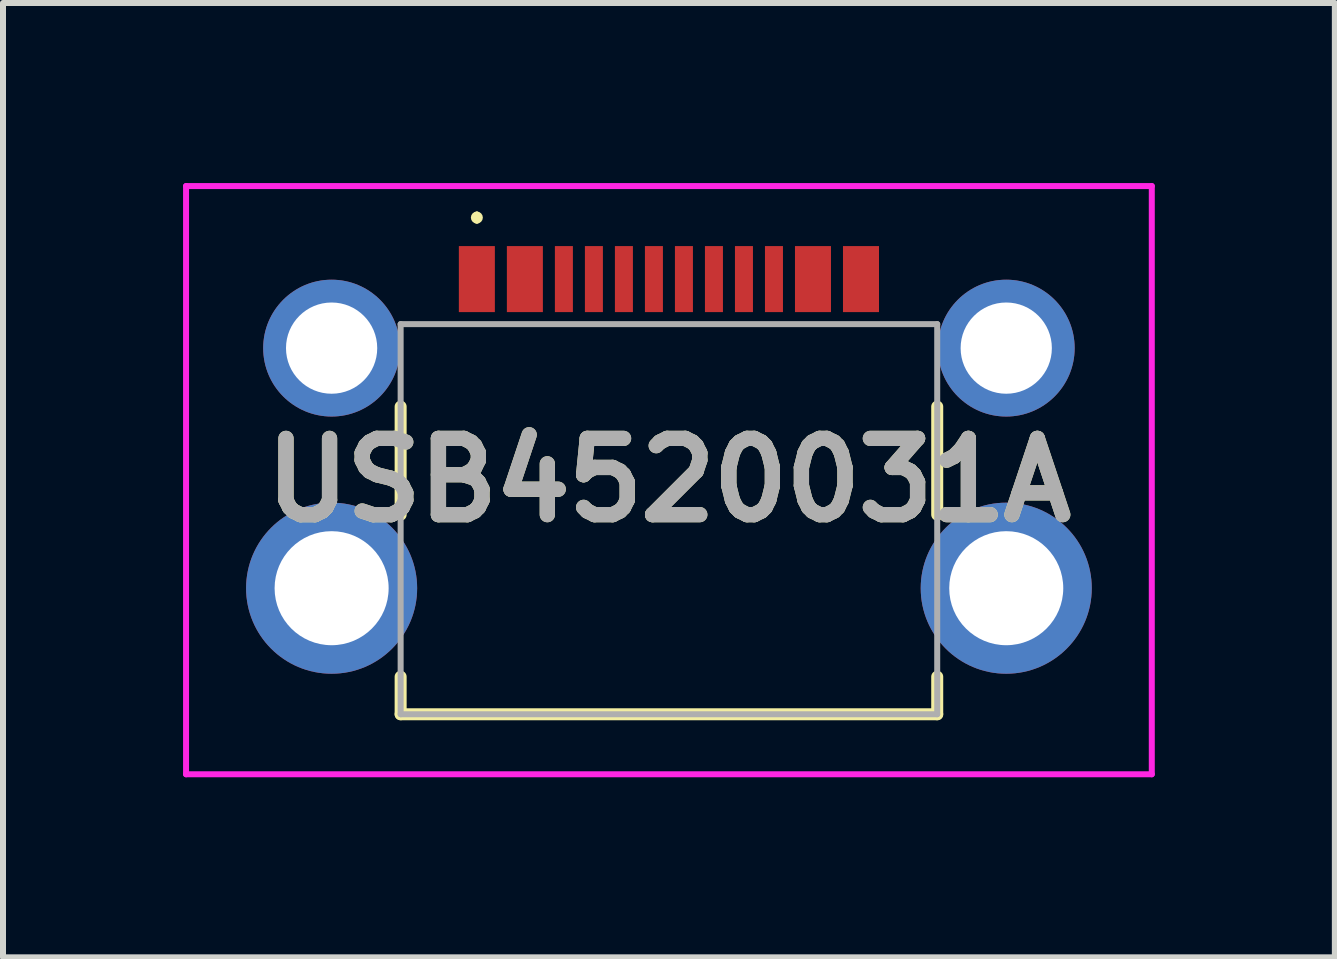
<source format=kicad_pcb>
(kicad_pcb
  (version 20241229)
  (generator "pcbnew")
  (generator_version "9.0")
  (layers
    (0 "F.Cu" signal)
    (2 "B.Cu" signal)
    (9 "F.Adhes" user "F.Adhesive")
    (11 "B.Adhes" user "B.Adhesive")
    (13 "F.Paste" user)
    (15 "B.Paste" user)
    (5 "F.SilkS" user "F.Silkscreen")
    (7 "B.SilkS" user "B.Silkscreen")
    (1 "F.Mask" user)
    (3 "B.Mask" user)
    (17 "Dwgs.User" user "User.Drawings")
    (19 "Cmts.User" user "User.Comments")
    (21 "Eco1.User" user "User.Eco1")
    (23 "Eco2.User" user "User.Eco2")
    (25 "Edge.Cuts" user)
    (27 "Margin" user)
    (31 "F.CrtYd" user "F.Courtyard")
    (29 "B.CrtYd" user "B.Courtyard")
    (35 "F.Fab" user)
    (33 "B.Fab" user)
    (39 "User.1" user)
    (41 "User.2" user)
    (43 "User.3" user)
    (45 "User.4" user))
  (footprint "USB4520031A"
    (layer "F.Cu")
    (at 8.095 5.6)
    (property "Reference" "USB4520031A" (at 0 -0.65 0) (layer "F.SilkS") (effects (font (size 1.27 1.27) (thickness 0.254))))
    (attr through_hole)
    (fp_line (start -4.47 -1.875) (end -4.47 -0.075) (stroke (width 0.2) (type solid)) (layer "F.SilkS"))
    (fp_line (start -4.47 2.625) (end -4.47 3.25) (stroke (width 0.2) (type solid)) (layer "F.SilkS"))
    (fp_line (start -4.47 3.25) (end 4.47 3.25) (stroke (width 0.2) (type solid)) (layer "F.SilkS"))
    (fp_line (start -3.2 -5.075) (end -3.2 -5.075) (stroke (width 0.1) (type solid)) (layer "F.SilkS"))
    (fp_line (start -3.2 -4.975) (end -3.2 -4.975) (stroke (width 0.1) (type solid)) (layer "F.SilkS"))
    (fp_line (start 4.47 -1.875) (end 4.47 -0.075) (stroke (width 0.2) (type solid)) (layer "F.SilkS"))
    (fp_line (start 4.47 3.25) (end 4.47 2.625) (stroke (width 0.2) (type solid)) (layer "F.SilkS"))
    (fp_arc (start -3.2 -5.075) (mid -3.15 -5.025) (end -3.2 -4.975) (stroke (width 0.1) (type solid)) (layer "F.SilkS"))
    (fp_arc (start -3.2 -4.975) (mid -3.25 -5.025) (end -3.2 -5.075) (stroke (width 0.1) (type solid)) (layer "F.SilkS"))
    (fp_line (start -8.045 -5.55) (end 8.045 -5.55) (stroke (width 0.1) (type solid)) (layer "F.CrtYd"))
    (fp_line (start -8.045 4.25) (end -8.045 -5.55) (stroke (width 0.1) (type solid)) (layer "F.CrtYd"))
    (fp_line (start 8.045 -5.55) (end 8.045 4.25) (stroke (width 0.1) (type solid)) (layer "F.CrtYd"))
    (fp_line (start 8.045 4.25) (end -8.045 4.25) (stroke (width 0.1) (type solid)) (layer "F.CrtYd"))
    (fp_line (start -4.47 -3.25) (end 4.47 -3.25) (stroke (width 0.1) (type solid)) (layer "F.Fab"))
    (fp_line (start -4.47 3.25) (end -4.47 -3.25) (stroke (width 0.1) (type solid)) (layer "F.Fab"))
    (fp_line (start 4.47 -3.25) (end 4.47 3.25) (stroke (width 0.1) (type solid)) (layer "F.Fab"))
    (fp_line (start 4.47 3.25) (end -4.47 3.25) (stroke (width 0.1) (type solid)) (layer "F.Fab"))
    (fp_text user "${REFERENCE}" (at 0 -0.65 0) (layer "F.Fab") (effects (font (size 1.27 1.27) (thickness 0.254))))
    (pad "A1" smd rect (at -3.2 -4) (size 0.6 1.1) (layers "F.Cu" "F.Mask" "F.Paste"))
    (pad "A4" smd rect (at -2.4 -4) (size 0.6 1.1) (layers "F.Cu" "F.Mask" "F.Paste"))
    (pad "A5" smd rect (at -1.25 -4) (size 0.3 1.1) (layers "F.Cu" "F.Mask" "F.Paste"))
    (pad "A6" smd rect (at -0.25 -4) (size 0.3 1.1) (layers "F.Cu" "F.Mask" "F.Paste"))
    (pad "A7" smd rect (at 0.25 -4) (size 0.3 1.1) (layers "F.Cu" "F.Mask" "F.Paste"))
    (pad "A8" smd rect (at 1.25 -4) (size 0.3 1.1) (layers "F.Cu" "F.Mask" "F.Paste"))
    (pad "A9" smd rect (at 2.4 -4) (size 0.6 1.1) (layers "F.Cu" "F.Mask" "F.Paste"))
    (pad "A12" smd rect (at 3.2 -4) (size 0.6 1.1) (layers "F.Cu" "F.Mask" "F.Paste"))
    (pad "B5" smd rect (at 1.75 -4) (size 0.3 1.1) (layers "F.Cu" "F.Mask" "F.Paste"))
    (pad "B6" smd rect (at 0.75 -4) (size 0.3 1.1) (layers "F.Cu" "F.Mask" "F.Paste"))
    (pad "B7" smd rect (at -0.75 -4) (size 0.3 1.1) (layers "F.Cu" "F.Mask" "F.Paste"))
    (pad "B8" smd rect (at -1.75 -4) (size 0.3 1.1) (layers "F.Cu" "F.Mask" "F.Paste"))
    (pad "MH1" thru_hole circle (at -5.62 -2.85) (size 2.28 2.28) (drill 1.52) (layers "*.Cu" "*.Mask"))
    (pad "MH2" thru_hole circle (at 5.62 -2.85) (size 2.28 2.28) (drill 1.52) (layers "*.Cu" "*.Mask"))
    (pad "MH3" thru_hole circle (at -5.62 1.15) (size 2.85 2.85) (drill 1.9) (layers "*.Cu" "*.Mask"))
    (pad "MH4" thru_hole circle (at 5.62 1.15) (size 2.85 2.85) (drill 1.9) (layers "*.Cu" "*.Mask")))
  (gr_rect
    (start -3 -3)
    (end 19.19 12.9)
    (stroke (width 0.1) (type default))
    (fill no)
    (layer "Edge.Cuts")))
</source>
